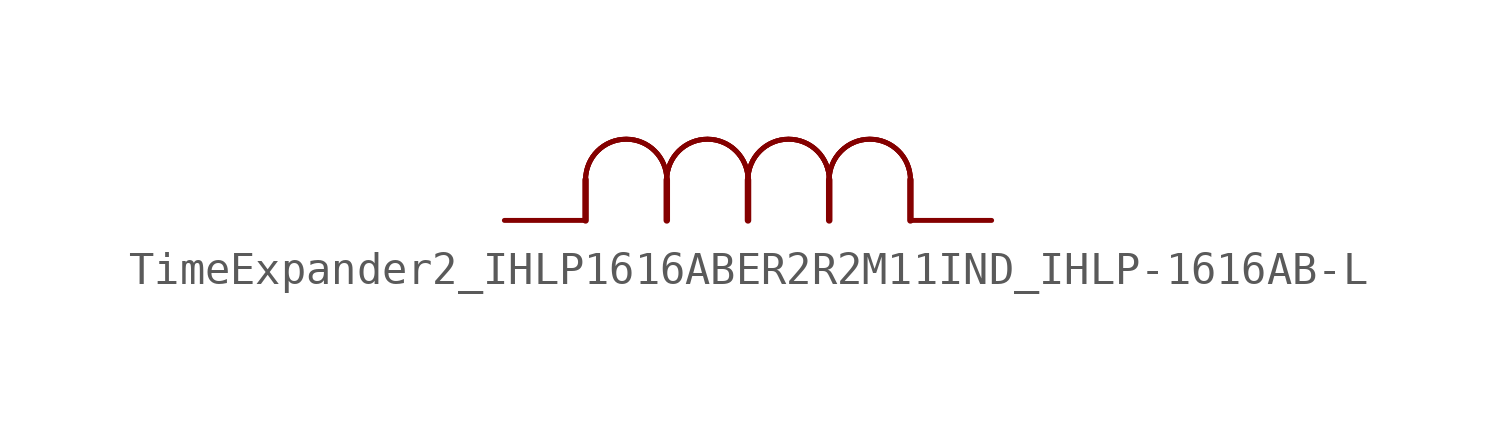
<source format=kicad_sym>
(kicad_symbol_lib
  (version 20231120)
  (generator "kicad_symbol_editor")
  (generator_version "8.0")
  (symbol "TimeExpander2_IHLP1616ABER2R2M11IND_IHLP-1616AB-L"
    (property "Reference" "L"
      (at -0.914 3.353 0)
      (effects (font (size 3.48 2.958)) (justify left bottom) (hide yes)))
    (property "ki_locked" ""
      (at 0 0 0)
      (effects (font (size 1.27 1.27))))
    (symbol "TimeExpander2_IHLP1616ABER2R2M11IND_IHLP-1616AB-L_1_0"
      (polyline (pts (xy 2.54 0) (xy 2.54 1.27)) (stroke (width 0.203) (type solid)) (fill (type none)))
      (polyline (pts (xy 5.08 0) (xy 5.08 1.27)) (stroke (width 0.203) (type solid)) (fill (type none)))
      (polyline (pts (xy 7.62 0) (xy 7.62 1.27)) (stroke (width 0.203) (type solid)) (fill (type none)))
      (polyline (pts (xy 10.16 0) (xy 10.16 1.27)) (stroke (width 0.203) (type solid)) (fill (type none)))
      (polyline (pts (xy 12.7 0) (xy 12.7 1.27)) (stroke (width 0.203) (type solid)) (fill (type none)))
      (arc (start 5.08 1.27) (mid 3.81 2.54) (end 2.54 1.27) (stroke (width 0.1524) (type solid)) (fill (type none)))
      (arc (start 5.08 1.27) (mid 3.81 2.54) (end 2.54 1.27) (stroke (width 0.1524) (type solid)) (fill (type none)))
      (arc (start 5.08 1.27) (mid 3.81 2.54) (end 2.54 1.27) (stroke (width 0.1524) (type solid)) (fill (type none)))
      (arc (start 7.62 1.27) (mid 6.35 2.54) (end 5.08 1.27) (stroke (width 0.1524) (type solid)) (fill (type none)))
      (arc (start 7.62 1.27) (mid 6.35 2.54) (end 5.08 1.27) (stroke (width 0.1524) (type solid)) (fill (type none)))
      (arc (start 7.62 1.27) (mid 6.35 2.54) (end 5.08 1.27) (stroke (width 0.1524) (type solid)) (fill (type none)))
      (arc (start 10.16 1.27) (mid 8.89 2.54) (end 7.62 1.27) (stroke (width 0.1524) (type solid)) (fill (type none)))
      (arc (start 10.16 1.27) (mid 8.89 2.54) (end 7.62 1.27) (stroke (width 0.1524) (type solid)) (fill (type none)))
      (arc (start 10.16 1.27) (mid 8.89 2.54) (end 7.62 1.27) (stroke (width 0.1524) (type solid)) (fill (type none)))
      (arc (start 12.7 1.27) (mid 11.43 2.54) (end 10.16 1.27) (stroke (width 0.1524) (type solid)) (fill (type none)))
      (arc (start 12.7 1.27) (mid 11.43 2.54) (end 10.16 1.27) (stroke (width 0.1524) (type solid)) (fill (type none)))
      (arc (start 12.7 1.27) (mid 11.43 2.54) (end 10.16 1.27) (stroke (width 0.1524) (type solid)) (fill (type none)))
      (pin passive line (at 15.24 0 180) (length 2.54) (name "1" (effects (font (size 0 0)))) (number "1" (effects (font (size 0 0)))))
      (pin passive line (at 0 0 0) (length 2.54) (name "2" (effects (font (size 0 0)))) (number "2" (effects (font (size 0 0))))))))
</source>
